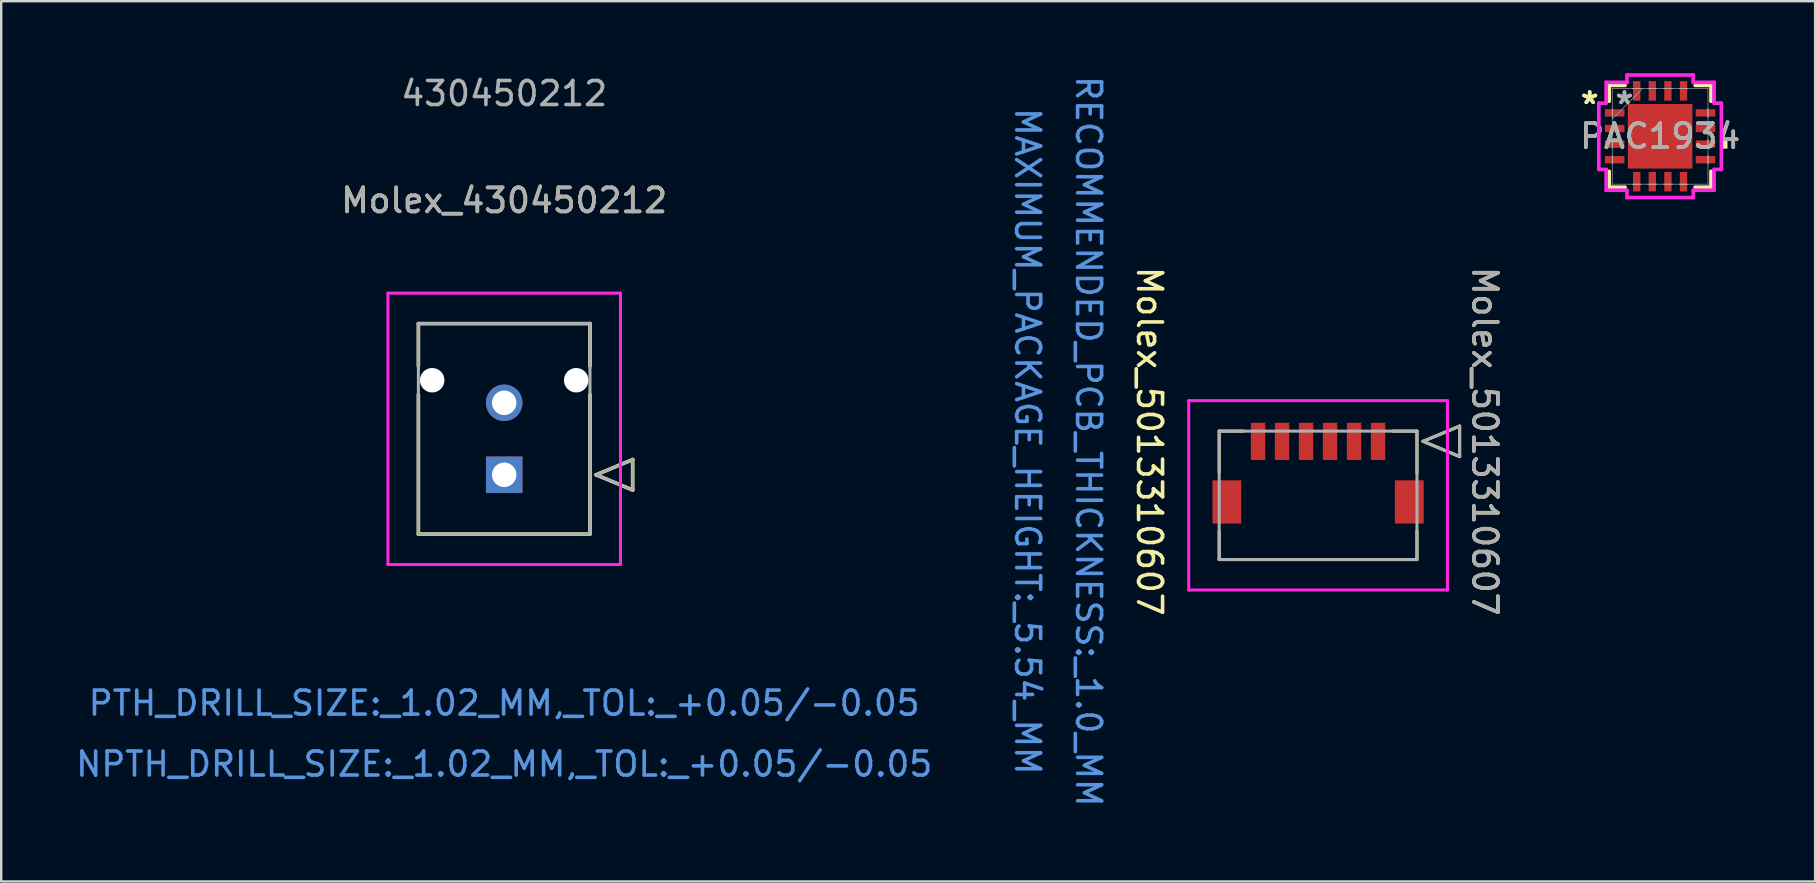
<source format=kicad_pcb>
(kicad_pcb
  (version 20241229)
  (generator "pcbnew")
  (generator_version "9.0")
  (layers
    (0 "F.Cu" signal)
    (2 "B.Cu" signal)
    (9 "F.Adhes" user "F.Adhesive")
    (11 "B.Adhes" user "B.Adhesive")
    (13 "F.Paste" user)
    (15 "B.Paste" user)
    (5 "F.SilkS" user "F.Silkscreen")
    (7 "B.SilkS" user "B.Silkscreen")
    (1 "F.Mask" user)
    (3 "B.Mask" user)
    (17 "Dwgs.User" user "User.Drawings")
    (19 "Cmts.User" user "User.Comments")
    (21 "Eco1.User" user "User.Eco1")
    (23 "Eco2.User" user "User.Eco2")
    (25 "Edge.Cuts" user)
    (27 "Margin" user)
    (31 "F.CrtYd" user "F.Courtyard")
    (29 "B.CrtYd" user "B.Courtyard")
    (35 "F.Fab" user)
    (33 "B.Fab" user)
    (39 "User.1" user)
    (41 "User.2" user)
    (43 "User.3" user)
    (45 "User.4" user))
  (footprint "Molex_5013310607"
    (layer "F.Cu")
    (at 56.87 13.839)
    (property "Reference" "Molex_5013310607" (at 1.945 1.5 270) (unlocked yes) (layer "F.SilkS") (effects (font (size 1 1) (thickness 0.15))))
    (attr smd)
    (fp_line (start -9.12 1.075) (end -9.12 2.805) (stroke (width 0.127) (type solid)) (layer "F.SilkS"))
    (fp_line (start -9.12 5.245) (end -9.12 6.425) (stroke (width 0.127) (type solid)) (layer "F.SilkS"))
    (fp_line (start -9.12 6.425) (end -0.88 6.425) (stroke (width 0.127) (type solid)) (layer "F.SilkS"))
    (fp_line (start -8.12 1.075) (end -9.12 1.075) (stroke (width 0.127) (type solid)) (layer "F.SilkS"))
    (fp_line (start -0.88 1.075) (end -1.88 1.075) (stroke (width 0.127) (type solid)) (layer "F.SilkS"))
    (fp_line (start -0.88 2.805) (end -0.88 1.075) (stroke (width 0.127) (type solid)) (layer "F.SilkS"))
    (fp_line (start -0.88 6.425) (end -0.88 5.245) (stroke (width 0.127) (type solid)) (layer "F.SilkS"))
    (fp_line (start -0.626 1.5) (end 0.898 0.865) (stroke (width 0.127) (type solid)) (layer "F.SilkS"))
    (fp_line (start 0.898 0.865) (end 0.898 2.135) (stroke (width 0.127) (type solid)) (layer "F.SilkS"))
    (fp_line (start 0.898 2.135) (end -0.626 1.5) (stroke (width 0.127) (type solid)) (layer "F.SilkS"))
    (fp_line (start -10.39 -0.195) (end -10.39 7.695) (stroke (width 0.127) (type solid)) (layer "F.CrtYd"))
    (fp_line (start -10.39 7.695) (end 0.39 7.695) (stroke (width 0.127) (type solid)) (layer "F.CrtYd"))
    (fp_line (start 0.39 -0.195) (end -10.39 -0.195) (stroke (width 0.127) (type solid)) (layer "F.CrtYd"))
    (fp_line (start 0.39 7.695) (end 0.39 -0.195) (stroke (width 0.127) (type solid)) (layer "F.CrtYd"))
    (fp_line (start -9.12 1.075) (end -9.12 6.425) (stroke (width 0.127) (type solid)) (layer "F.Fab"))
    (fp_line (start -9.12 6.425) (end -0.88 6.425) (stroke (width 0.127) (type solid)) (layer "F.Fab"))
    (fp_line (start -0.88 1.075) (end -9.12 1.075) (stroke (width 0.127) (type solid)) (layer "F.Fab"))
    (fp_line (start -0.88 6.425) (end -0.88 1.075) (stroke (width 0.127) (type solid)) (layer "F.Fab"))
    (fp_line (start -0.626 1.5) (end 0.898 0.865) (stroke (width 0.127) (type solid)) (layer "F.Fab"))
    (fp_line (start 0.898 0.865) (end 0.898 2.135) (stroke (width 0.127) (type solid)) (layer "F.Fab"))
    (fp_line (start 0.898 2.135) (end -0.626 1.5) (stroke (width 0.127) (type solid)) (layer "F.Fab"))
    (fp_text user "Molex_5013310607" (at -12.025 1.5 270) (unlocked yes) (layer "F.SilkS") (effects (font (size 1 1) (thickness 0.15))))
    (fp_text user "MAXIMUM_PACKAGE_HEIGHT:_5.54_MM" (at -17.105 1.5 270) (unlocked yes) (layer "Cmts.User") (effects (font (size 1 1) (thickness 0.15))))
    (fp_text user "RECOMMENDED_PCB_THICKNESS:_1.0_MM" (at -14.565 1.5 270) (unlocked yes) (layer "Cmts.User") (effects (font (size 1 1) (thickness 0.15))))
    (fp_text user "${REFERENCE}" (at 1.945 1.5 270) (unlocked yes) (layer "F.Fab") (effects (font (size 1 1) (thickness 0.15))))
    (pad "1" smd rect (at -2.5 1.5) (size 0.6 1.55) (layers "F.Cu" "F.Mask" "F.Paste"))
    (pad "2" smd rect (at -3.5 1.5) (size 0.6 1.55) (layers "F.Cu" "F.Mask" "F.Paste"))
    (pad "3" smd rect (at -4.5 1.5) (size 0.6 1.55) (layers "F.Cu" "F.Mask" "F.Paste"))
    (pad "4" smd rect (at -5.5 1.5) (size 0.6 1.55) (layers "F.Cu" "F.Mask" "F.Paste"))
    (pad "5" smd rect (at -6.5 1.5) (size 0.6 1.55) (layers "F.Cu" "F.Mask" "F.Paste"))
    (pad "6" smd rect (at -7.5 1.5) (size 0.6 1.55) (layers "F.Cu" "F.Mask" "F.Paste"))
    (pad "7" smd rect (at -1.2 4.025) (size 1.2 1.8) (layers "F.Cu" "F.Mask" "F.Paste"))
    (pad "8" smd rect (at -8.8 4.025) (size 1.2 1.8) (layers "F.Cu" "F.Mask" "F.Paste")))
  (footprint "Molex_430450212"
    (layer "F.Cu")
    (at 17.958 16.733)
    (property "Reference" "Molex_430450212" (at 0 -11.43 0) (unlocked yes) (layer "F.SilkS") (effects (font (size 1 1) (thickness 0.15))))
    (attr through_hole)
    (fp_line (start -3.575 -6.3) (end -3.575 -4.535) (stroke (width 0.152) (type solid)) (layer "F.SilkS"))
    (fp_line (start -3.575 -3.345) (end -3.575 2.47) (stroke (width 0.152) (type solid)) (layer "F.SilkS"))
    (fp_line (start -3.575 2.47) (end 3.575 2.47) (stroke (width 0.152) (type solid)) (layer "F.SilkS"))
    (fp_line (start 3.575 -6.3) (end -3.575 -6.3) (stroke (width 0.152) (type solid)) (layer "F.SilkS"))
    (fp_line (start 3.575 -4.535) (end 3.575 -6.3) (stroke (width 0.152) (type solid)) (layer "F.SilkS"))
    (fp_line (start 3.575 2.47) (end 3.575 -3.345) (stroke (width 0.152) (type solid)) (layer "F.SilkS"))
    (fp_line (start 3.829 0) (end 5.353 -0.635) (stroke (width 0.152) (type solid)) (layer "F.SilkS"))
    (fp_line (start 5.353 -0.635) (end 5.353 0.635) (stroke (width 0.152) (type solid)) (layer "F.SilkS"))
    (fp_line (start 5.353 0.635) (end 3.829 0) (stroke (width 0.152) (type solid)) (layer "F.SilkS"))
    (fp_line (start -4.845 -7.57) (end -4.845 3.74) (stroke (width 0.127) (type solid)) (layer "F.CrtYd"))
    (fp_line (start -4.845 3.74) (end 4.845 3.74) (stroke (width 0.127) (type solid)) (layer "F.CrtYd"))
    (fp_line (start 4.845 -7.57) (end -4.845 -7.57) (stroke (width 0.127) (type solid)) (layer "F.CrtYd"))
    (fp_line (start 4.845 3.74) (end 4.845 -7.57) (stroke (width 0.127) (type solid)) (layer "F.CrtYd"))
    (fp_line (start -3.575 -6.3) (end -3.575 2.47) (stroke (width 0.127) (type solid)) (layer "F.Fab"))
    (fp_line (start -3.575 2.47) (end 3.575 2.47) (stroke (width 0.127) (type solid)) (layer "F.Fab"))
    (fp_line (start 3.575 -6.3) (end -3.575 -6.3) (stroke (width 0.127) (type solid)) (layer "F.Fab"))
    (fp_line (start 3.575 2.47) (end 3.575 -6.3) (stroke (width 0.127) (type solid)) (layer "F.Fab"))
    (fp_line (start 3.829 0) (end 5.353 -0.635) (stroke (width 0.127) (type solid)) (layer "F.Fab"))
    (fp_line (start 5.353 -0.635) (end 5.353 0.635) (stroke (width 0.127) (type solid)) (layer "F.Fab"))
    (fp_line (start 5.353 0.635) (end 3.829 0) (stroke (width 0.127) (type solid)) (layer "F.Fab"))
    (fp_text user "NPTH_DRILL_SIZE:_1.02_MM,_TOL:_+0.05/-0.05" (at 0 12.055 0) (unlocked yes) (layer "Cmts.User") (effects (font (size 1 1) (thickness 0.15))))
    (fp_text user "PTH_DRILL_SIZE:_1.02_MM,_TOL:_+0.05/-0.05" (at 0 9.515 0) (unlocked yes) (layer "Cmts.User") (effects (font (size 1 1) (thickness 0.15))))
    (fp_text user "430450212" (at 0 -15.885 0) (unlocked yes) (layer "F.Fab") (effects (font (size 1 1) (thickness 0.15))))
    (fp_text user "${REFERENCE}" (at 0 -11.43 0) (unlocked yes) (layer "F.Fab") (effects (font (size 1 1) (thickness 0.15))))
    (pad "" np_thru_hole circle (at -3 -3.94) (size 1.02 1.02) (drill 1.02) (layers "*.Cu" "*.Mask"))
    (pad "" np_thru_hole circle (at 3 -3.94) (size 1.02 1.02) (drill 1.02) (layers "*.Cu" "*.Mask"))
    (pad "1" thru_hole rect (at 0 0) (size 1.52 1.52) (drill 1.02) (layers "*.Cu" "*.Mask"))
    (pad "2" thru_hole circle (at 0 -3) (size 1.52 1.52) (drill 1.02) (layers "*.Cu" "*.Mask")))
  (footprint "PAC1934"
    (layer "F.Cu")
    (at 66.121 2.629)
    (property "Reference" "PAC1934" (at 0 0 0) (unlocked yes) (layer "F.SilkS") (effects (font (size 1 1) (thickness 0.15))))
    (attr smd)
    (fp_line (start -2.121 -2.121) (end -2.121 -1.46) (stroke (width 0.152) (type solid)) (layer "F.SilkS"))
    (fp_line (start -2.121 1.46) (end -2.121 2.121) (stroke (width 0.152) (type solid)) (layer "F.SilkS"))
    (fp_line (start -2.121 2.121) (end -1.46 2.121) (stroke (width 0.152) (type solid)) (layer "F.SilkS"))
    (fp_line (start -1.46 -2.121) (end -2.121 -2.121) (stroke (width 0.152) (type solid)) (layer "F.SilkS"))
    (fp_line (start 1.46 2.121) (end 2.121 2.121) (stroke (width 0.152) (type solid)) (layer "F.SilkS"))
    (fp_line (start 2.121 -2.121) (end 1.46 -2.121) (stroke (width 0.152) (type solid)) (layer "F.SilkS"))
    (fp_line (start 2.121 -1.46) (end 2.121 -2.121) (stroke (width 0.152) (type solid)) (layer "F.SilkS"))
    (fp_line (start 2.121 2.121) (end 2.121 1.46) (stroke (width 0.152) (type solid)) (layer "F.SilkS"))
    (fp_poly (pts (xy 2.807 0.135) (xy 2.807 0.516) (xy 2.553 0.516) (xy 2.553 0.135)) (stroke (width 0) (type solid)) (fill yes) (layer "F.SilkS"))
    (fp_poly (pts (xy -1.246 -1.246) (xy -1.246 -0.1) (xy -0.1 -0.1) (xy -0.1 -1.246)) (stroke (width 0) (type solid)) (fill yes) (layer "F.Paste"))
    (fp_poly (pts (xy -1.246 0.1) (xy -1.246 1.246) (xy -0.1 1.246) (xy -0.1 0.1)) (stroke (width 0) (type solid)) (fill yes) (layer "F.Paste"))
    (fp_poly (pts (xy 0.1 -1.246) (xy 0.1 -0.1) (xy 1.246 -0.1) (xy 1.246 -1.246)) (stroke (width 0) (type solid)) (fill yes) (layer "F.Paste"))
    (fp_poly (pts (xy 0.1 0.1) (xy 0.1 1.246) (xy 1.246 1.246) (xy 1.246 0.1)) (stroke (width 0) (type solid)) (fill yes) (layer "F.Paste"))
    (fp_line (start -2.553 -1.381) (end -2.248 -1.381) (stroke (width 0.152) (type solid)) (layer "F.CrtYd"))
    (fp_line (start -2.553 1.381) (end -2.553 -1.381) (stroke (width 0.152) (type solid)) (layer "F.CrtYd"))
    (fp_line (start -2.248 -2.248) (end -1.381 -2.248) (stroke (width 0.152) (type solid)) (layer "F.CrtYd"))
    (fp_line (start -2.248 -1.381) (end -2.248 -2.248) (stroke (width 0.152) (type solid)) (layer "F.CrtYd"))
    (fp_line (start -2.248 1.381) (end -2.553 1.381) (stroke (width 0.152) (type solid)) (layer "F.CrtYd"))
    (fp_line (start -2.248 2.248) (end -2.248 1.381) (stroke (width 0.152) (type solid)) (layer "F.CrtYd"))
    (fp_line (start -1.381 -2.553) (end 1.381 -2.553) (stroke (width 0.152) (type solid)) (layer "F.CrtYd"))
    (fp_line (start -1.381 -2.248) (end -1.381 -2.553) (stroke (width 0.152) (type solid)) (layer "F.CrtYd"))
    (fp_line (start -1.381 2.248) (end -2.248 2.248) (stroke (width 0.152) (type solid)) (layer "F.CrtYd"))
    (fp_line (start -1.381 2.553) (end -1.381 2.248) (stroke (width 0.152) (type solid)) (layer "F.CrtYd"))
    (fp_line (start 1.381 -2.553) (end 1.381 -2.248) (stroke (width 0.152) (type solid)) (layer "F.CrtYd"))
    (fp_line (start 1.381 -2.248) (end 2.248 -2.248) (stroke (width 0.152) (type solid)) (layer "F.CrtYd"))
    (fp_line (start 1.381 2.248) (end 1.381 2.553) (stroke (width 0.152) (type solid)) (layer "F.CrtYd"))
    (fp_line (start 1.381 2.553) (end -1.381 2.553) (stroke (width 0.152) (type solid)) (layer "F.CrtYd"))
    (fp_line (start 2.248 -2.248) (end 2.248 -1.381) (stroke (width 0.152) (type solid)) (layer "F.CrtYd"))
    (fp_line (start 2.248 -1.381) (end 2.553 -1.381) (stroke (width 0.152) (type solid)) (layer "F.CrtYd"))
    (fp_line (start 2.248 1.381) (end 2.248 2.248) (stroke (width 0.152) (type solid)) (layer "F.CrtYd"))
    (fp_line (start 2.248 2.248) (end 1.381 2.248) (stroke (width 0.152) (type solid)) (layer "F.CrtYd"))
    (fp_line (start 2.553 -1.381) (end 2.553 1.381) (stroke (width 0.152) (type solid)) (layer "F.CrtYd"))
    (fp_line (start 2.553 1.381) (end 2.248 1.381) (stroke (width 0.152) (type solid)) (layer "F.CrtYd"))
    (fp_line (start -1.994 -1.994) (end -1.994 -1.994) (stroke (width 0.025) (type solid)) (layer "F.Fab"))
    (fp_line (start -1.994 -1.994) (end -1.994 1.994) (stroke (width 0.025) (type solid)) (layer "F.Fab"))
    (fp_line (start -1.994 -1.153) (end -1.994 -1.153) (stroke (width 0.025) (type solid)) (layer "F.Fab"))
    (fp_line (start -1.994 -1.153) (end -1.994 -0.797) (stroke (width 0.025) (type solid)) (layer "F.Fab"))
    (fp_line (start -1.994 -0.797) (end -1.994 -1.153) (stroke (width 0.025) (type solid)) (layer "F.Fab"))
    (fp_line (start -1.994 -0.797) (end -1.994 -0.797) (stroke (width 0.025) (type solid)) (layer "F.Fab"))
    (fp_line (start -1.994 -0.724) (end -0.724 -1.994) (stroke (width 0.025) (type solid)) (layer "F.Fab"))
    (fp_line (start -1.994 -0.503) (end -1.994 -0.503) (stroke (width 0.025) (type solid)) (layer "F.Fab"))
    (fp_line (start -1.994 -0.503) (end -1.994 -0.147) (stroke (width 0.025) (type solid)) (layer "F.Fab"))
    (fp_line (start -1.994 -0.147) (end -1.994 -0.503) (stroke (width 0.025) (type solid)) (layer "F.Fab"))
    (fp_line (start -1.994 -0.147) (end -1.994 -0.147) (stroke (width 0.025) (type solid)) (layer "F.Fab"))
    (fp_line (start -1.994 0.147) (end -1.994 0.147) (stroke (width 0.025) (type solid)) (layer "F.Fab"))
    (fp_line (start -1.994 0.147) (end -1.994 0.503) (stroke (width 0.025) (type solid)) (layer "F.Fab"))
    (fp_line (start -1.994 0.503) (end -1.994 0.147) (stroke (width 0.025) (type solid)) (layer "F.Fab"))
    (fp_line (start -1.994 0.503) (end -1.994 0.503) (stroke (width 0.025) (type solid)) (layer "F.Fab"))
    (fp_line (start -1.994 0.797) (end -1.994 0.797) (stroke (width 0.025) (type solid)) (layer "F.Fab"))
    (fp_line (start -1.994 0.797) (end -1.994 1.153) (stroke (width 0.025) (type solid)) (layer "F.Fab"))
    (fp_line (start -1.994 1.153) (end -1.994 0.797) (stroke (width 0.025) (type solid)) (layer "F.Fab"))
    (fp_line (start -1.994 1.153) (end -1.994 1.153) (stroke (width 0.025) (type solid)) (layer "F.Fab"))
    (fp_line (start -1.994 1.994) (end -1.994 1.994) (stroke (width 0.025) (type solid)) (layer "F.Fab"))
    (fp_line (start -1.994 1.994) (end 1.994 1.994) (stroke (width 0.025) (type solid)) (layer "F.Fab"))
    (fp_line (start -1.153 -1.994) (end -1.153 -1.994) (stroke (width 0.025) (type solid)) (layer "F.Fab"))
    (fp_line (start -1.153 -1.994) (end -0.797 -1.994) (stroke (width 0.025) (type solid)) (layer "F.Fab"))
    (fp_line (start -1.153 1.994) (end -1.153 1.994) (stroke (width 0.025) (type solid)) (layer "F.Fab"))
    (fp_line (start -1.153 1.994) (end -0.797 1.994) (stroke (width 0.025) (type solid)) (layer "F.Fab"))
    (fp_line (start -0.797 -1.994) (end -1.153 -1.994) (stroke (width 0.025) (type solid)) (layer "F.Fab"))
    (fp_line (start -0.797 -1.994) (end -0.797 -1.994) (stroke (width 0.025) (type solid)) (layer "F.Fab"))
    (fp_line (start -0.797 1.994) (end -1.153 1.994) (stroke (width 0.025) (type solid)) (layer "F.Fab"))
    (fp_line (start -0.797 1.994) (end -0.797 1.994) (stroke (width 0.025) (type solid)) (layer "F.Fab"))
    (fp_line (start -0.503 -1.994) (end -0.503 -1.994) (stroke (width 0.025) (type solid)) (layer "F.Fab"))
    (fp_line (start -0.503 -1.994) (end -0.147 -1.994) (stroke (width 0.025) (type solid)) (layer "F.Fab"))
    (fp_line (start -0.503 1.994) (end -0.503 1.994) (stroke (width 0.025) (type solid)) (layer "F.Fab"))
    (fp_line (start -0.503 1.994) (end -0.147 1.994) (stroke (width 0.025) (type solid)) (layer "F.Fab"))
    (fp_line (start -0.147 -1.994) (end -0.503 -1.994) (stroke (width 0.025) (type solid)) (layer "F.Fab"))
    (fp_line (start -0.147 -1.994) (end -0.147 -1.994) (stroke (width 0.025) (type solid)) (layer "F.Fab"))
    (fp_line (start -0.147 1.994) (end -0.503 1.994) (stroke (width 0.025) (type solid)) (layer "F.Fab"))
    (fp_line (start -0.147 1.994) (end -0.147 1.994) (stroke (width 0.025) (type solid)) (layer "F.Fab"))
    (fp_line (start 0.147 -1.994) (end 0.147 -1.994) (stroke (width 0.025) (type solid)) (layer "F.Fab"))
    (fp_line (start 0.147 -1.994) (end 0.503 -1.994) (stroke (width 0.025) (type solid)) (layer "F.Fab"))
    (fp_line (start 0.147 1.994) (end 0.147 1.994) (stroke (width 0.025) (type solid)) (layer "F.Fab"))
    (fp_line (start 0.147 1.994) (end 0.503 1.994) (stroke (width 0.025) (type solid)) (layer "F.Fab"))
    (fp_line (start 0.503 -1.994) (end 0.147 -1.994) (stroke (width 0.025) (type solid)) (layer "F.Fab"))
    (fp_line (start 0.503 -1.994) (end 0.503 -1.994) (stroke (width 0.025) (type solid)) (layer "F.Fab"))
    (fp_line (start 0.503 1.994) (end 0.147 1.994) (stroke (width 0.025) (type solid)) (layer "F.Fab"))
    (fp_line (start 0.503 1.994) (end 0.503 1.994) (stroke (width 0.025) (type solid)) (layer "F.Fab"))
    (fp_line (start 0.797 -1.994) (end 0.797 -1.994) (stroke (width 0.025) (type solid)) (layer "F.Fab"))
    (fp_line (start 0.797 -1.994) (end 1.153 -1.994) (stroke (width 0.025) (type solid)) (layer "F.Fab"))
    (fp_line (start 0.797 1.994) (end 0.797 1.994) (stroke (width 0.025) (type solid)) (layer "F.Fab"))
    (fp_line (start 0.797 1.994) (end 1.153 1.994) (stroke (width 0.025) (type solid)) (layer "F.Fab"))
    (fp_line (start 1.153 -1.994) (end 0.797 -1.994) (stroke (width 0.025) (type solid)) (layer "F.Fab"))
    (fp_line (start 1.153 -1.994) (end 1.153 -1.994) (stroke (width 0.025) (type solid)) (layer "F.Fab"))
    (fp_line (start 1.153 1.994) (end 0.797 1.994) (stroke (width 0.025) (type solid)) (layer "F.Fab"))
    (fp_line (start 1.153 1.994) (end 1.153 1.994) (stroke (width 0.025) (type solid)) (layer "F.Fab"))
    (fp_line (start 1.994 -1.994) (end -1.994 -1.994) (stroke (width 0.025) (type solid)) (layer "F.Fab"))
    (fp_line (start 1.994 -1.994) (end 1.994 -1.994) (stroke (width 0.025) (type solid)) (layer "F.Fab"))
    (fp_line (start 1.994 -1.153) (end 1.994 -1.153) (stroke (width 0.025) (type solid)) (layer "F.Fab"))
    (fp_line (start 1.994 -1.153) (end 1.994 -0.797) (stroke (width 0.025) (type solid)) (layer "F.Fab"))
    (fp_line (start 1.994 -0.797) (end 1.994 -1.153) (stroke (width 0.025) (type solid)) (layer "F.Fab"))
    (fp_line (start 1.994 -0.797) (end 1.994 -0.797) (stroke (width 0.025) (type solid)) (layer "F.Fab"))
    (fp_line (start 1.994 -0.503) (end 1.994 -0.503) (stroke (width 0.025) (type solid)) (layer "F.Fab"))
    (fp_line (start 1.994 -0.503) (end 1.994 -0.147) (stroke (width 0.025) (type solid)) (layer "F.Fab"))
    (fp_line (start 1.994 -0.147) (end 1.994 -0.503) (stroke (width 0.025) (type solid)) (layer "F.Fab"))
    (fp_line (start 1.994 -0.147) (end 1.994 -0.147) (stroke (width 0.025) (type solid)) (layer "F.Fab"))
    (fp_line (start 1.994 0.147) (end 1.994 0.147) (stroke (width 0.025) (type solid)) (layer "F.Fab"))
    (fp_line (start 1.994 0.147) (end 1.994 0.503) (stroke (width 0.025) (type solid)) (layer "F.Fab"))
    (fp_line (start 1.994 0.503) (end 1.994 0.147) (stroke (width 0.025) (type solid)) (layer "F.Fab"))
    (fp_line (start 1.994 0.503) (end 1.994 0.503) (stroke (width 0.025) (type solid)) (layer "F.Fab"))
    (fp_line (start 1.994 0.797) (end 1.994 0.797) (stroke (width 0.025) (type solid)) (layer "F.Fab"))
    (fp_line (start 1.994 0.797) (end 1.994 1.153) (stroke (width 0.025) (type solid)) (layer "F.Fab"))
    (fp_line (start 1.994 1.153) (end 1.994 0.797) (stroke (width 0.025) (type solid)) (layer "F.Fab"))
    (fp_line (start 1.994 1.153) (end 1.994 1.153) (stroke (width 0.025) (type solid)) (layer "F.Fab"))
    (fp_line (start 1.994 1.994) (end 1.994 -1.994) (stroke (width 0.025) (type solid)) (layer "F.Fab"))
    (fp_line (start 1.994 1.994) (end 1.994 1.994) (stroke (width 0.025) (type solid)) (layer "F.Fab"))
    (fp_text user "*" (at -2.934 -1.3 0) (layer "F.SilkS") (effects (font (size 1 1) (thickness 0.15))))
    (fp_text user "*" (at -2.934 -1.3 0) (unlocked yes) (layer "F.SilkS") (effects (font (size 1 1) (thickness 0.15))))
    (fp_text user "${REFERENCE}" (at 0 0 0) (unlocked yes) (layer "F.Fab") (effects (font (size 1 1) (thickness 0.15))))
    (fp_text user "*" (at -1.486 -1.3 0) (unlocked yes) (layer "F.Fab") (effects (font (size 1 1) (thickness 0.15))))
    (fp_text user "*" (at -1.486 -1.3 0) (layer "F.Fab") (effects (font (size 1 1) (thickness 0.15))))
    (pad "1" smd rect (at -1.892 -0.975 90) (size 0.305 0.813) (layers "F.Cu" "F.Mask" "F.Paste"))
    (pad "2" smd rect (at -1.892 -0.325 90) (size 0.305 0.813) (layers "F.Cu" "F.Mask" "F.Paste"))
    (pad "3" smd rect (at -1.892 0.325 90) (size 0.305 0.813) (layers "F.Cu" "F.Mask" "F.Paste"))
    (pad "4" smd rect (at -1.892 0.975 90) (size 0.305 0.813) (layers "F.Cu" "F.Mask" "F.Paste"))
    (pad "5" smd rect (at -0.975 1.892) (size 0.305 0.813) (layers "F.Cu" "F.Mask" "F.Paste"))
    (pad "6" smd rect (at -0.325 1.892) (size 0.305 0.813) (layers "F.Cu" "F.Mask" "F.Paste"))
    (pad "7" smd rect (at 0.325 1.892) (size 0.305 0.813) (layers "F.Cu" "F.Mask" "F.Paste"))
    (pad "8" smd rect (at 0.975 1.892) (size 0.305 0.813) (layers "F.Cu" "F.Mask" "F.Paste"))
    (pad "9" smd rect (at 1.892 0.975 90) (size 0.305 0.813) (layers "F.Cu" "F.Mask" "F.Paste"))
    (pad "10" smd rect (at 1.892 0.325 90) (size 0.305 0.813) (layers "F.Cu" "F.Mask" "F.Paste"))
    (pad "11" smd rect (at 1.892 -0.325 90) (size 0.305 0.813) (layers "F.Cu" "F.Mask" "F.Paste"))
    (pad "12" smd rect (at 1.892 -0.975 90) (size 0.305 0.813) (layers "F.Cu" "F.Mask" "F.Paste"))
    (pad "13" smd rect (at 0.975 -1.892) (size 0.305 0.813) (layers "F.Cu" "F.Mask" "F.Paste"))
    (pad "14" smd rect (at 0.325 -1.892) (size 0.305 0.813) (layers "F.Cu" "F.Mask" "F.Paste"))
    (pad "15" smd rect (at -0.325 -1.892) (size 0.305 0.813) (layers "F.Cu" "F.Mask" "F.Paste"))
    (pad "16" smd rect (at -0.975 -1.892) (size 0.305 0.813) (layers "F.Cu" "F.Mask" "F.Paste"))
    (pad "17" smd rect (at 0 0) (size 2.692 2.692) (layers "F.Cu" "F.Mask" "F.Paste")))
  (gr_rect
    (start -3 -3)
    (end 72.58 33.679)
    (stroke (width 0.1) (type default))
    (fill no)
    (layer "Edge.Cuts")))
</source>
